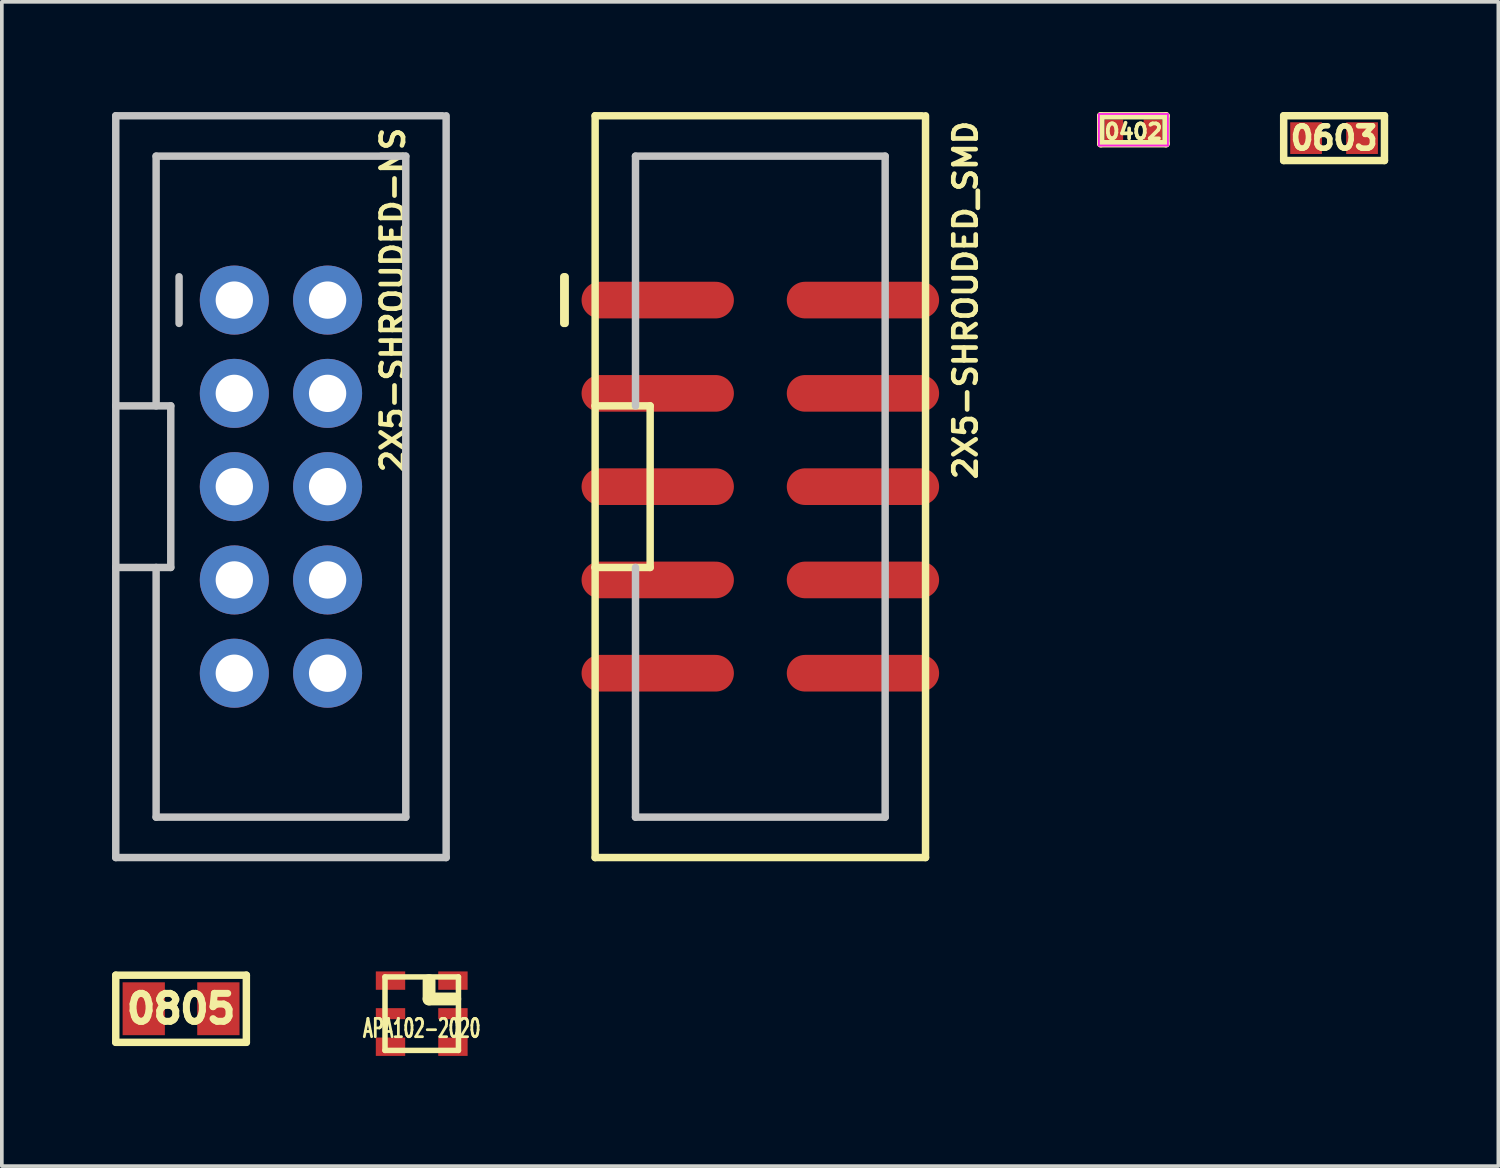
<source format=kicad_pcb>
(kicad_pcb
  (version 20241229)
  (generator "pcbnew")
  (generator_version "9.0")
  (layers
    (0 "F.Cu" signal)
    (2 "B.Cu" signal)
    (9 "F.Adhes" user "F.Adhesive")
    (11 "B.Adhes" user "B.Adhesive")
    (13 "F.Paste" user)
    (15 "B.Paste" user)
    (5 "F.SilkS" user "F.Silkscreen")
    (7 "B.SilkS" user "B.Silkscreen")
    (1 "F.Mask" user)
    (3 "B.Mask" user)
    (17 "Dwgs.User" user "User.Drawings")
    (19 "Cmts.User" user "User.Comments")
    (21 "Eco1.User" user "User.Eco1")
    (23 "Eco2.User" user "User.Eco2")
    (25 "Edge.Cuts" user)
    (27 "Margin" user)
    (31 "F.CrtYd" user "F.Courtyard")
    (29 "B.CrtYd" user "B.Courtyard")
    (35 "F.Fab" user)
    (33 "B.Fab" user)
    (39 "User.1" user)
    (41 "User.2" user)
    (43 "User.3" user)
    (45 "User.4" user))
  (footprint "APA102-2020"
    (layer "F.Cu")
    (at 8.433 24.551)
    (property "Reference" "APA102-2020" (at 0 0.4 0) (layer "F.SilkS") (effects (font (size 0.5 0.3) (thickness 0.075))))
    (attr smd)
    (fp_line (start -1 -1) (end 1 -1) (stroke (width 0.15) (type solid)) (layer "F.SilkS"))
    (fp_line (start -1 1) (end -1 -1) (stroke (width 0.15) (type solid)) (layer "F.SilkS"))
    (fp_line (start 0.2 -0.4) (end 0.2 -0.9) (stroke (width 0.35) (type solid)) (layer "F.SilkS"))
    (fp_line (start 0.9 -0.4) (end 0.2 -0.4) (stroke (width 0.35) (type solid)) (layer "F.SilkS"))
    (fp_line (start 1 -1) (end 1 1) (stroke (width 0.15) (type solid)) (layer "F.SilkS"))
    (fp_line (start 1 1) (end -1 1) (stroke (width 0.15) (type solid)) (layer "F.SilkS"))
    (pad "1" smd rect (at 0.85 -0.9) (size 0.8 0.5) (layers "F.Cu" "F.Mask" "F.Paste"))
    (pad "2" smd rect (at -0.85 -0.9) (size 0.8 0.5) (layers "F.Cu" "F.Mask" "F.Paste"))
    (pad "3" smd rect (at -0.85 0) (size 0.8 0.3) (layers "F.Cu" "F.Mask" "F.Paste"))
    (pad "4" smd rect (at -0.85 0.9) (size 0.8 0.5) (layers "F.Cu" "F.Mask" "F.Paste"))
    (pad "5" smd rect (at 0.85 0.9) (size 0.8 0.5) (layers "F.Cu" "F.Mask" "F.Paste"))
    (pad "6" smd rect (at 0.85 0) (size 0.8 0.3) (layers "F.Cu" "F.Mask" "F.Paste")))
  (footprint "2X5-SHROUDED_SMD"
    (layer "F.Cu")
    (at 17.653 10.201)
    (property "Reference" "2X5-SHROUDED_SMD" (at 5.588 -5.08 90) (layer "F.SilkS") (effects (font (size 0.61 0.61) (thickness 0.127))))
    (attr smd)
    (fp_line (start -5.352 -5.715) (end -5.352 -4.445) (stroke (width 0.203) (type solid)) (layer "F.SilkS"))
    (fp_line (start -5.314 -5.715) (end -5.314 -4.445) (stroke (width 0.203) (type solid)) (layer "F.SilkS"))
    (fp_line (start -4.498 -10.099) (end 4.399 -10.099) (stroke (width 0.203) (type solid)) (layer "F.SilkS"))
    (fp_line (start -4.498 -2.2) (end -4.498 -10.099) (stroke (width 0.203) (type solid)) (layer "F.SilkS"))
    (fp_line (start -4.498 -2.2) (end -3 -2.2) (stroke (width 0.203) (type solid)) (layer "F.SilkS"))
    (fp_line (start -4.498 2.2) (end -4.498 -2.2) (stroke (width 0.203) (type solid)) (layer "F.SilkS"))
    (fp_line (start -4.498 10.099) (end -4.498 2.2) (stroke (width 0.203) (type solid)) (layer "F.SilkS"))
    (fp_line (start -3 -2.2) (end -3 2.2) (stroke (width 0.203) (type solid)) (layer "F.SilkS"))
    (fp_line (start -3 2.2) (end -4.498 2.2) (stroke (width 0.203) (type solid)) (layer "F.SilkS"))
    (fp_line (start 4.498 -10.099) (end 4.498 10.099) (stroke (width 0.203) (type solid)) (layer "F.SilkS"))
    (fp_line (start 4.498 10.099) (end -4.498 10.099) (stroke (width 0.203) (type solid)) (layer "F.SilkS"))
    (fp_line (start -3.399 -8.999) (end -3.399 -2.2) (stroke (width 0.203) (type solid)) (layer "Dwgs.User"))
    (fp_line (start -3.399 -8.999) (end 3.399 -8.999) (stroke (width 0.203) (type solid)) (layer "Dwgs.User"))
    (fp_line (start -3.399 8.999) (end -3.399 2.2) (stroke (width 0.203) (type solid)) (layer "Dwgs.User"))
    (fp_line (start -3.399 8.999) (end 3.399 8.999) (stroke (width 0.203) (type solid)) (layer "Dwgs.User"))
    (fp_line (start 3.399 -8.999) (end 3.399 8.999) (stroke (width 0.203) (type solid)) (layer "Dwgs.User"))
    (pad "1" smd oval (at -2.794 -5.08) (size 4.148 0.998) (layers "F.Cu" "F.Mask" "F.Paste"))
    (pad "2" smd oval (at 2.794 -5.08) (size 4.148 0.998) (layers "F.Cu" "F.Mask" "F.Paste"))
    (pad "3" smd oval (at -2.794 -2.54) (size 4.148 0.998) (layers "F.Cu" "F.Mask" "F.Paste"))
    (pad "4" smd oval (at 2.794 -2.54) (size 4.148 0.998) (layers "F.Cu" "F.Mask" "F.Paste"))
    (pad "5" smd oval (at -2.794 0) (size 4.148 0.998) (layers "F.Cu" "F.Mask" "F.Paste"))
    (pad "6" smd oval (at 2.794 0) (size 4.148 0.998) (layers "F.Cu" "F.Mask" "F.Paste"))
    (pad "7" smd oval (at -2.794 2.54) (size 4.148 0.998) (layers "F.Cu" "F.Mask" "F.Paste"))
    (pad "8" smd oval (at 2.794 2.54) (size 4.148 0.998) (layers "F.Cu" "F.Mask" "F.Paste"))
    (pad "9" smd oval (at -2.794 5.08) (size 4.148 0.998) (layers "F.Cu" "F.Mask" "F.Paste"))
    (pad "10" smd oval (at 2.794 5.08) (size 4.148 0.998) (layers "F.Cu" "F.Mask" "F.Paste")))
  (footprint "2X5-SHROUDED-NS"
    (layer "F.Cu")
    (at 4.6 10.201)
    (property "Reference" "2X5-SHROUDED-NS" (at 3.048 -5.08 90) (layer "F.SilkS") (effects (font (size 0.61 0.61) (thickness 0.127))))
    (attr through_hole)
    (fp_line (start -4.498 -10.099) (end 4.399 -10.099) (stroke (width 0.203) (type solid)) (layer "Dwgs.User"))
    (fp_line (start -4.498 -2.2) (end -4.498 -10.099) (stroke (width 0.203) (type solid)) (layer "Dwgs.User"))
    (fp_line (start -4.498 -2.2) (end -3 -2.2) (stroke (width 0.203) (type solid)) (layer "Dwgs.User"))
    (fp_line (start -4.498 2.2) (end -4.498 -2.2) (stroke (width 0.203) (type solid)) (layer "Dwgs.User"))
    (fp_line (start -4.498 10.099) (end -4.498 2.2) (stroke (width 0.203) (type solid)) (layer "Dwgs.User"))
    (fp_line (start -3.399 -8.999) (end -3.399 -2.2) (stroke (width 0.203) (type solid)) (layer "Dwgs.User"))
    (fp_line (start -3.399 -8.999) (end 3.399 -8.999) (stroke (width 0.203) (type solid)) (layer "Dwgs.User"))
    (fp_line (start -3.399 8.999) (end -3.399 2.2) (stroke (width 0.203) (type solid)) (layer "Dwgs.User"))
    (fp_line (start -3.399 8.999) (end 3.399 8.999) (stroke (width 0.203) (type solid)) (layer "Dwgs.User"))
    (fp_line (start -3 -2.2) (end -3 2.2) (stroke (width 0.203) (type solid)) (layer "Dwgs.User"))
    (fp_line (start -3 2.2) (end -4.498 2.2) (stroke (width 0.203) (type solid)) (layer "Dwgs.User"))
    (fp_line (start -2.774 -5.715) (end -2.774 -4.445) (stroke (width 0.203) (type solid)) (layer "Dwgs.User"))
    (fp_line (start -1.524 -5.334) (end -1.016 -5.334) (stroke (width 0.066) (type solid)) (layer "Dwgs.User"))
    (fp_line (start -1.524 -4.826) (end -1.524 -5.334) (stroke (width 0.066) (type solid)) (layer "Dwgs.User"))
    (fp_line (start -1.524 -4.826) (end -1.016 -4.826) (stroke (width 0.066) (type solid)) (layer "Dwgs.User"))
    (fp_line (start -1.524 -2.794) (end -1.016 -2.794) (stroke (width 0.066) (type solid)) (layer "Dwgs.User"))
    (fp_line (start -1.524 -2.286) (end -1.524 -2.794) (stroke (width 0.066) (type solid)) (layer "Dwgs.User"))
    (fp_line (start -1.524 -2.286) (end -1.016 -2.286) (stroke (width 0.066) (type solid)) (layer "Dwgs.User"))
    (fp_line (start -1.524 -0.254) (end -1.016 -0.254) (stroke (width 0.066) (type solid)) (layer "Dwgs.User"))
    (fp_line (start -1.524 0.254) (end -1.524 -0.254) (stroke (width 0.066) (type solid)) (layer "Dwgs.User"))
    (fp_line (start -1.524 0.254) (end -1.016 0.254) (stroke (width 0.066) (type solid)) (layer "Dwgs.User"))
    (fp_line (start -1.524 2.286) (end -1.016 2.286) (stroke (width 0.066) (type solid)) (layer "Dwgs.User"))
    (fp_line (start -1.524 2.286) (end -1.016 2.286) (stroke (width 0.066) (type solid)) (layer "Dwgs.User"))
    (fp_line (start -1.524 2.794) (end -1.524 2.286) (stroke (width 0.066) (type solid)) (layer "Dwgs.User"))
    (fp_line (start -1.524 2.794) (end -1.524 2.286) (stroke (width 0.066) (type solid)) (layer "Dwgs.User"))
    (fp_line (start -1.524 2.794) (end -1.016 2.794) (stroke (width 0.066) (type solid)) (layer "Dwgs.User"))
    (fp_line (start -1.524 2.794) (end -1.016 2.794) (stroke (width 0.066) (type solid)) (layer "Dwgs.User"))
    (fp_line (start -1.524 4.826) (end -1.016 4.826) (stroke (width 0.066) (type solid)) (layer "Dwgs.User"))
    (fp_line (start -1.524 5.334) (end -1.524 4.826) (stroke (width 0.066) (type solid)) (layer "Dwgs.User"))
    (fp_line (start -1.524 5.334) (end -1.016 5.334) (stroke (width 0.066) (type solid)) (layer "Dwgs.User"))
    (fp_line (start -1.016 -4.826) (end -1.016 -5.334) (stroke (width 0.066) (type solid)) (layer "Dwgs.User"))
    (fp_line (start -1.016 -2.286) (end -1.016 -2.794) (stroke (width 0.066) (type solid)) (layer "Dwgs.User"))
    (fp_line (start -1.016 0.254) (end -1.016 -0.254) (stroke (width 0.066) (type solid)) (layer "Dwgs.User"))
    (fp_line (start -1.016 2.794) (end -1.016 2.286) (stroke (width 0.066) (type solid)) (layer "Dwgs.User"))
    (fp_line (start -1.016 2.794) (end -1.016 2.286) (stroke (width 0.066) (type solid)) (layer "Dwgs.User"))
    (fp_line (start -1.016 5.334) (end -1.016 4.826) (stroke (width 0.066) (type solid)) (layer "Dwgs.User"))
    (fp_line (start 1.016 -5.334) (end 1.524 -5.334) (stroke (width 0.066) (type solid)) (layer "Dwgs.User"))
    (fp_line (start 1.016 -4.826) (end 1.016 -5.334) (stroke (width 0.066) (type solid)) (layer "Dwgs.User"))
    (fp_line (start 1.016 -4.826) (end 1.524 -4.826) (stroke (width 0.066) (type solid)) (layer "Dwgs.User"))
    (fp_line (start 1.016 -2.794) (end 1.524 -2.794) (stroke (width 0.066) (type solid)) (layer "Dwgs.User"))
    (fp_line (start 1.016 -2.286) (end 1.016 -2.794) (stroke (width 0.066) (type solid)) (layer "Dwgs.User"))
    (fp_line (start 1.016 -2.286) (end 1.524 -2.286) (stroke (width 0.066) (type solid)) (layer "Dwgs.User"))
    (fp_line (start 1.016 -0.254) (end 1.524 -0.254) (stroke (width 0.066) (type solid)) (layer "Dwgs.User"))
    (fp_line (start 1.016 0.254) (end 1.016 -0.254) (stroke (width 0.066) (type solid)) (layer "Dwgs.User"))
    (fp_line (start 1.016 0.254) (end 1.524 0.254) (stroke (width 0.066) (type solid)) (layer "Dwgs.User"))
    (fp_line (start 1.016 2.286) (end 1.524 2.286) (stroke (width 0.066) (type solid)) (layer "Dwgs.User"))
    (fp_line (start 1.016 2.286) (end 1.524 2.286) (stroke (width 0.066) (type solid)) (layer "Dwgs.User"))
    (fp_line (start 1.016 2.794) (end 1.016 2.286) (stroke (width 0.066) (type solid)) (layer "Dwgs.User"))
    (fp_line (start 1.016 2.794) (end 1.016 2.286) (stroke (width 0.066) (type solid)) (layer "Dwgs.User"))
    (fp_line (start 1.016 2.794) (end 1.524 2.794) (stroke (width 0.066) (type solid)) (layer "Dwgs.User"))
    (fp_line (start 1.016 2.794) (end 1.524 2.794) (stroke (width 0.066) (type solid)) (layer "Dwgs.User"))
    (fp_line (start 1.016 4.826) (end 1.524 4.826) (stroke (width 0.066) (type solid)) (layer "Dwgs.User"))
    (fp_line (start 1.016 5.334) (end 1.016 4.826) (stroke (width 0.066) (type solid)) (layer "Dwgs.User"))
    (fp_line (start 1.016 5.334) (end 1.524 5.334) (stroke (width 0.066) (type solid)) (layer "Dwgs.User"))
    (fp_line (start 1.524 -4.826) (end 1.524 -5.334) (stroke (width 0.066) (type solid)) (layer "Dwgs.User"))
    (fp_line (start 1.524 -2.286) (end 1.524 -2.794) (stroke (width 0.066) (type solid)) (layer "Dwgs.User"))
    (fp_line (start 1.524 0.254) (end 1.524 -0.254) (stroke (width 0.066) (type solid)) (layer "Dwgs.User"))
    (fp_line (start 1.524 2.794) (end 1.524 2.286) (stroke (width 0.066) (type solid)) (layer "Dwgs.User"))
    (fp_line (start 1.524 2.794) (end 1.524 2.286) (stroke (width 0.066) (type solid)) (layer "Dwgs.User"))
    (fp_line (start 1.524 5.334) (end 1.524 4.826) (stroke (width 0.066) (type solid)) (layer "Dwgs.User"))
    (fp_line (start 3.399 -8.999) (end 3.399 8.999) (stroke (width 0.203) (type solid)) (layer "Dwgs.User"))
    (fp_line (start 4.498 -10.099) (end 4.498 10.099) (stroke (width 0.203) (type solid)) (layer "Dwgs.User"))
    (fp_line (start 4.498 10.099) (end -4.498 10.099) (stroke (width 0.203) (type solid)) (layer "Dwgs.User"))
    (pad "1" thru_hole circle (at -1.27 -5.08) (size 1.88 1.88) (drill 1.016) (layers "*.Cu" "*.Mask"))
    (pad "2" thru_hole circle (at 1.27 -5.08) (size 1.88 1.88) (drill 1.016) (layers "*.Cu" "*.Mask"))
    (pad "3" thru_hole circle (at -1.27 -2.54) (size 1.88 1.88) (drill 1.016) (layers "*.Cu" "*.Mask"))
    (pad "4" thru_hole circle (at 1.27 -2.54) (size 1.88 1.88) (drill 1.016) (layers "*.Cu" "*.Mask"))
    (pad "5" thru_hole circle (at -1.27 0) (size 1.88 1.88) (drill 1.016) (layers "*.Cu" "*.Mask"))
    (pad "6" thru_hole circle (at 1.27 0) (size 1.88 1.88) (drill 1.016) (layers "*.Cu" "*.Mask"))
    (pad "7" thru_hole circle (at -1.27 2.54) (size 1.88 1.88) (drill 1.016) (layers "*.Cu" "*.Mask"))
    (pad "8" thru_hole circle (at 1.27 2.54) (size 1.88 1.88) (drill 1.016) (layers "*.Cu" "*.Mask"))
    (pad "9" thru_hole circle (at -1.27 5.08) (size 1.88 1.88) (drill 1.016) (layers "*.Cu" "*.Mask"))
    (pad "10" thru_hole circle (at 1.27 5.08) (size 1.88 1.88) (drill 1.016) (layers "*.Cu" "*.Mask")))
  (footprint "0805"
    (layer "F.Cu")
    (at 1.88 24.417)
    (property "Reference" "0805" (at 0 0 0) (layer "F.SilkS") (effects (font (size 0.762 0.762) (thickness 0.191))))
    (attr smd)
    (fp_line (start -1.778 -0.914) (end 1.778 -0.914) (stroke (width 0.203) (type solid)) (layer "F.SilkS"))
    (fp_line (start -1.778 0.914) (end -1.778 -0.914) (stroke (width 0.203) (type solid)) (layer "F.SilkS"))
    (fp_line (start 1.778 -0.914) (end 1.778 0.914) (stroke (width 0.203) (type solid)) (layer "F.SilkS"))
    (fp_line (start 1.778 0.914) (end -1.778 0.914) (stroke (width 0.203) (type solid)) (layer "F.SilkS"))
    (pad "1" smd rect (at -1.016 0) (size 1.151 1.44) (layers "F.Cu" "F.Mask" "F.Paste"))
    (pad "2" smd rect (at 1.016 0) (size 1.151 1.44) (layers "F.Cu" "F.Mask" "F.Paste")))
  (footprint "0603"
    (layer "F.Cu")
    (at 33.275 0.711)
    (property "Reference" "0603" (at 0 0 0) (layer "F.SilkS") (effects (font (size 0.61 0.61) (thickness 0.152))))
    (attr smd)
    (fp_line (start -1.372 -0.61) (end -1.372 0.61) (stroke (width 0.203) (type solid)) (layer "F.SilkS"))
    (fp_line (start -1.372 0.61) (end 1.372 0.61) (stroke (width 0.203) (type solid)) (layer "F.SilkS"))
    (fp_line (start 1.372 -0.61) (end -1.372 -0.61) (stroke (width 0.203) (type solid)) (layer "F.SilkS"))
    (fp_line (start 1.372 0.61) (end 1.372 -0.61) (stroke (width 0.203) (type solid)) (layer "F.SilkS"))
    (pad "1" smd rect (at -0.762 0) (size 0.864 0.864) (layers "F.Cu" "F.Mask" "F.Paste"))
    (pad "2" smd rect (at 0.762 0) (size 0.864 0.864) (layers "F.Cu" "F.Mask" "F.Paste")))
  (footprint "0402"
    (layer "F.Cu")
    (at 27.811 0.483)
    (property "Reference" "0402" (at 0 0.051 0) (layer "F.SilkS") (effects (font (size 0.406 0.406) (thickness 0.102))))
    (attr smd)
    (fp_line (start -0.889 -0.381) (end 0.889 -0.381) (stroke (width 0.203) (type solid)) (layer "F.SilkS"))
    (fp_line (start -0.889 0.381) (end -0.889 -0.381) (stroke (width 0.203) (type solid)) (layer "F.SilkS"))
    (fp_line (start 0.889 -0.381) (end 0.889 0.381) (stroke (width 0.203) (type solid)) (layer "F.SilkS"))
    (fp_line (start 0.889 0.381) (end -0.889 0.381) (stroke (width 0.203) (type solid)) (layer "F.SilkS"))
    (fp_line (start -0.94 -0.43) (end 0.94 -0.43) (stroke (width 0.05) (type solid)) (layer "F.CrtYd"))
    (fp_line (start -0.94 0.43) (end -0.94 -0.43) (stroke (width 0.05) (type solid)) (layer "F.CrtYd"))
    (fp_line (start 0.94 -0.43) (end 0.94 0.43) (stroke (width 0.05) (type solid)) (layer "F.CrtYd"))
    (fp_line (start 0.94 0.43) (end -0.94 0.43) (stroke (width 0.05) (type solid)) (layer "F.CrtYd"))
    (pad "1" smd rect (at -0.533 0) (size 0.508 0.559) (layers "F.Cu" "F.Mask" "F.Paste"))
    (pad "2" smd rect (at 0.533 0) (size 0.508 0.559) (layers "F.Cu" "F.Mask" "F.Paste")))
  (gr_rect
    (start -3 -3)
    (end 37.748 28.701)
    (stroke (width 0.1) (type default))
    (fill no)
    (layer "Edge.Cuts")))
</source>
